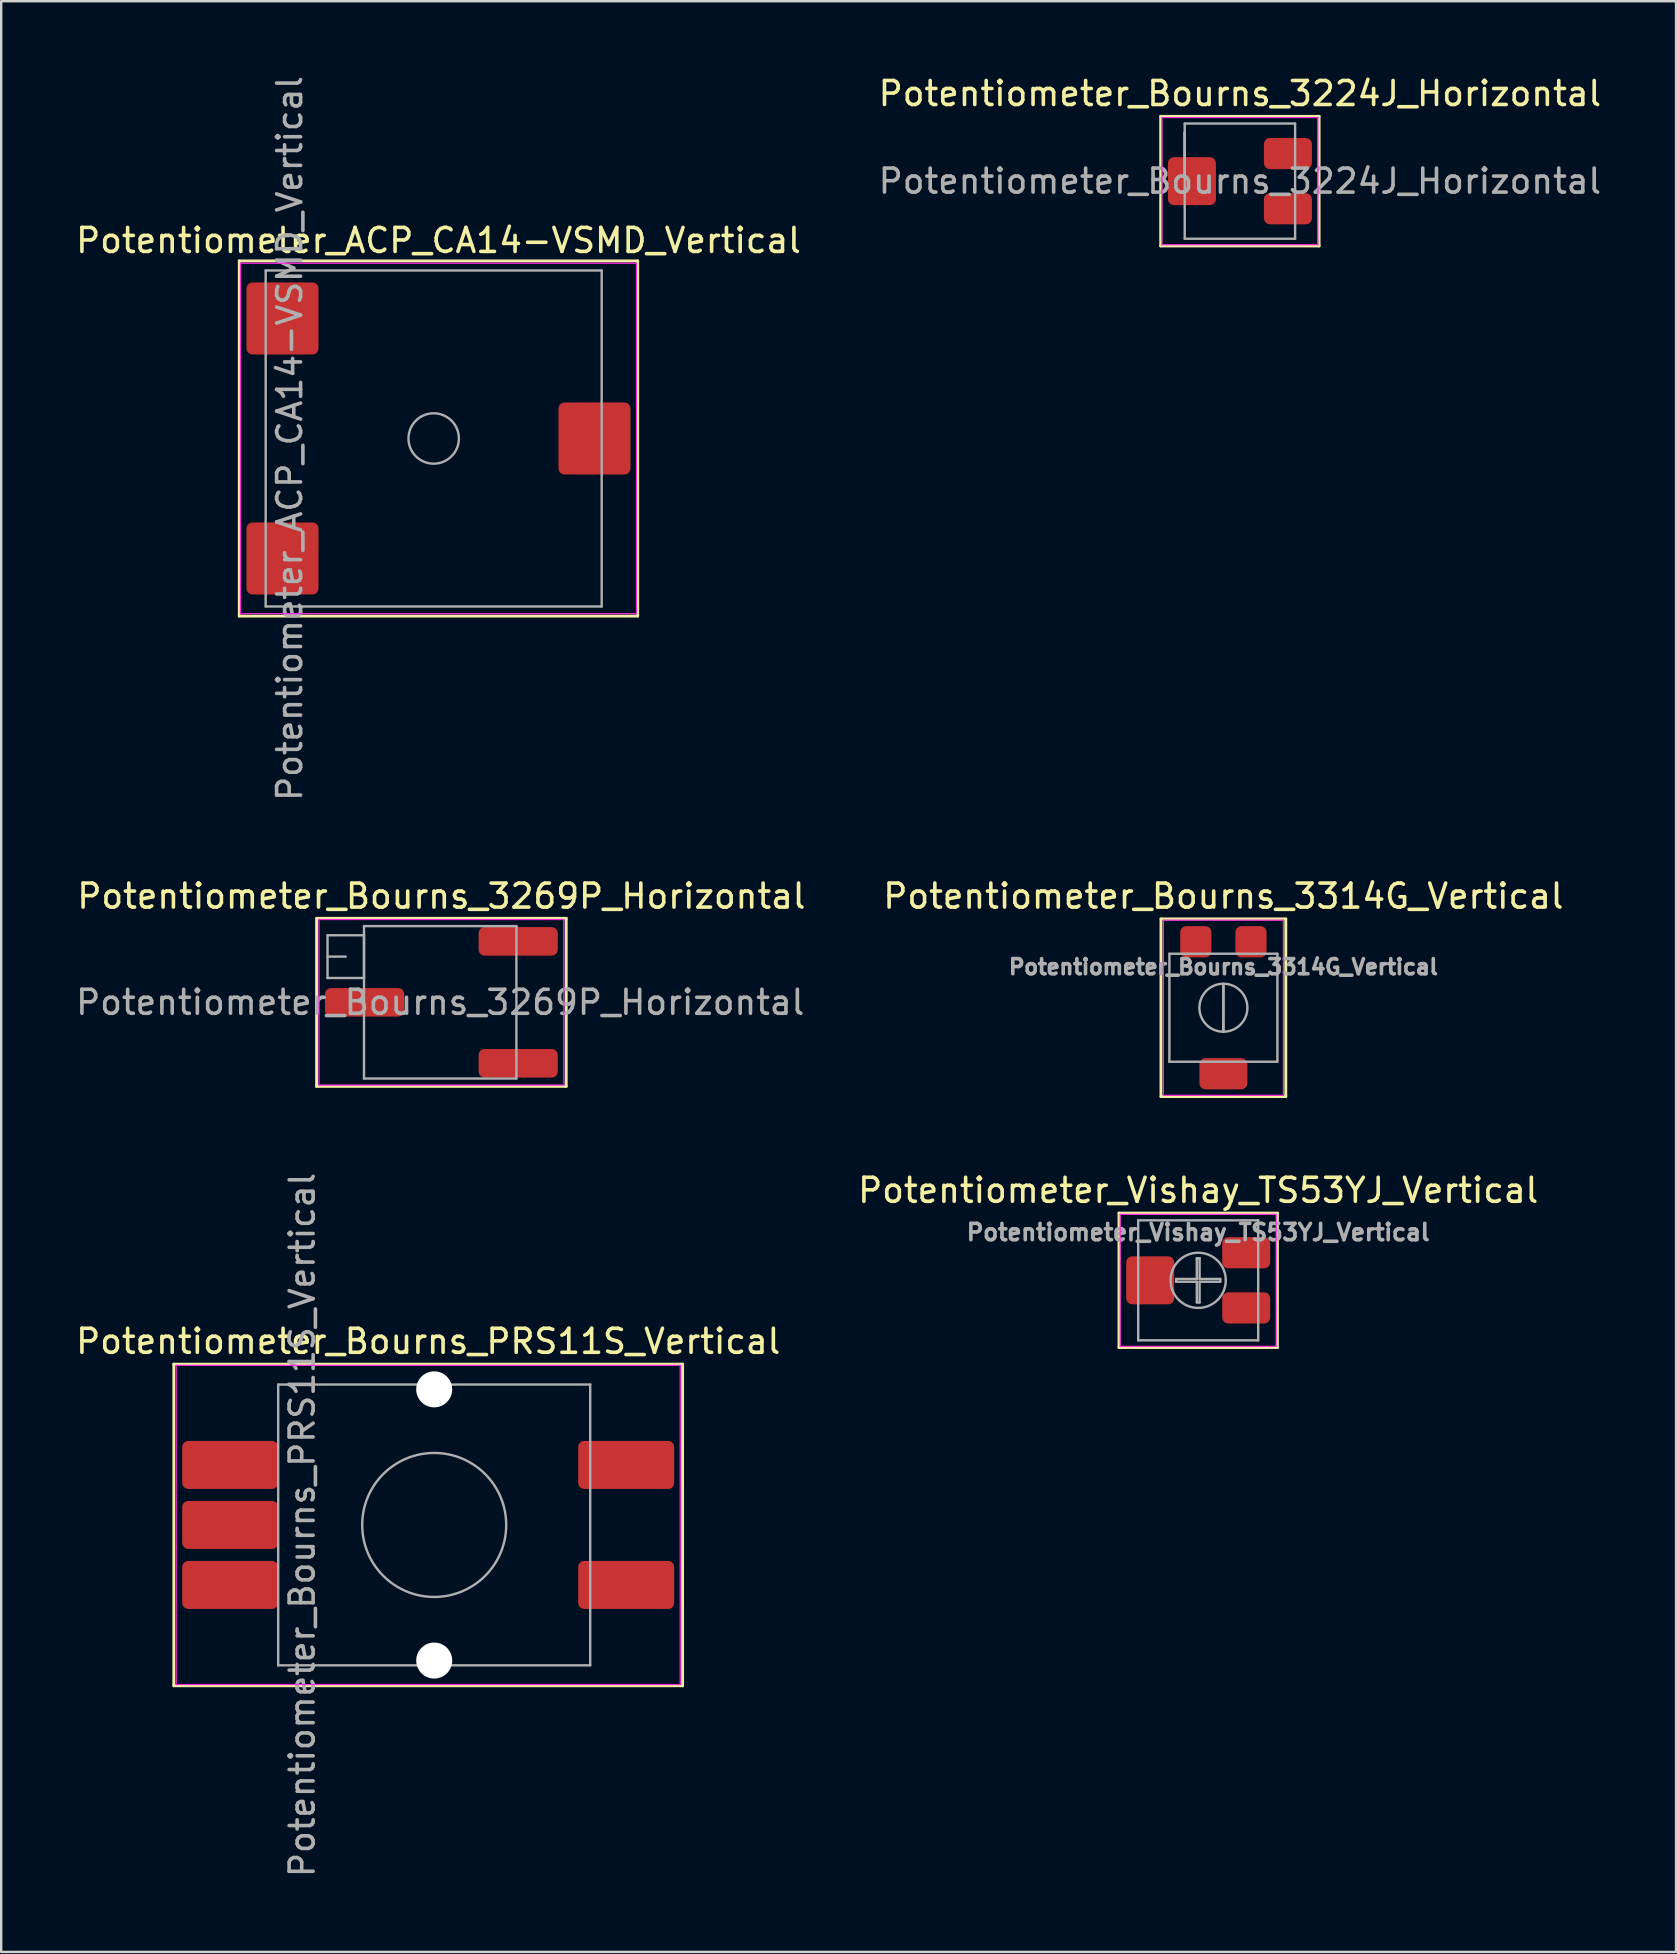
<source format=kicad_pcb>
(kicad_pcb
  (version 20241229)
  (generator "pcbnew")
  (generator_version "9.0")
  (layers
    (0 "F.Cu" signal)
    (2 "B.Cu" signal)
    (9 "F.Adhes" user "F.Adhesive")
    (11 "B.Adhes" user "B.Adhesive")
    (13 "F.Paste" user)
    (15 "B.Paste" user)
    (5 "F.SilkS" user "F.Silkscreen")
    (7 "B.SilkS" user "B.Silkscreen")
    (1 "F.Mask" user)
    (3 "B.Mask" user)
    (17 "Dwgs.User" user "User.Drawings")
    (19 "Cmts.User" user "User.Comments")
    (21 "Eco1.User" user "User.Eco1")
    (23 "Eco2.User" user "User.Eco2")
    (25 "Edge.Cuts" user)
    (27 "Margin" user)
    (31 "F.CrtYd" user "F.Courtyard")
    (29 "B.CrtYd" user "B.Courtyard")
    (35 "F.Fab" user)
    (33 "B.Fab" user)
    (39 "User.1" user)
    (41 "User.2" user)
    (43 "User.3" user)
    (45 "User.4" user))
  (footprint "Potentiometer_Bourns_3224J_Horizontal"
    (layer "F.Cu")
    (at 48.613 4.498)
    (property "Reference" "Potentiometer_Bourns_3224J_Horizontal" (at 0 -3.65 0) (layer "F.SilkS") (effects (font (size 1 1) (thickness 0.15))))
    (attr smd)
    (fp_line (start -3.3 -2.7) (end 3.3 -2.7) (stroke (width 0.12) (type solid)) (layer "F.SilkS"))
    (fp_line (start -3.3 2.7) (end -3.3 -2.7) (stroke (width 0.12) (type solid)) (layer "F.SilkS"))
    (fp_line (start 3.3 -2.7) (end 3.3 2.7) (stroke (width 0.12) (type solid)) (layer "F.SilkS"))
    (fp_line (start 3.3 2.7) (end -3.3 2.7) (stroke (width 0.12) (type solid)) (layer "F.SilkS"))
    (fp_line (start -3.25 -2.65) (end -3.25 2.65) (stroke (width 0.05) (type solid)) (layer "F.CrtYd"))
    (fp_line (start -3.25 2.65) (end 3.25 2.65) (stroke (width 0.05) (type solid)) (layer "F.CrtYd"))
    (fp_line (start 3.25 -2.65) (end -3.25 -2.65) (stroke (width 0.05) (type solid)) (layer "F.CrtYd"))
    (fp_line (start 3.25 2.65) (end 3.25 -2.65) (stroke (width 0.05) (type solid)) (layer "F.CrtYd"))
    (fp_line (start -2.3 -2.4) (end -2.3 2.4) (stroke (width 0.1) (type solid)) (layer "F.Fab"))
    (fp_line (start -2.3 -2.02) (end -2.3 -2.02) (stroke (width 0.1) (type solid)) (layer "F.Fab"))
    (fp_line (start -2.3 -2.02) (end -2.3 -0.24) (stroke (width 0.1) (type solid)) (layer "F.Fab"))
    (fp_line (start -2.3 -1.13) (end -2.3 -1.13) (stroke (width 0.1) (type solid)) (layer "F.Fab"))
    (fp_line (start -2.3 -0.24) (end -2.3 -2.02) (stroke (width 0.1) (type solid)) (layer "F.Fab"))
    (fp_line (start -2.3 -0.24) (end -2.3 -0.24) (stroke (width 0.1) (type solid)) (layer "F.Fab"))
    (fp_line (start -2.3 2.4) (end 2.3 2.4) (stroke (width 0.1) (type solid)) (layer "F.Fab"))
    (fp_line (start 2.3 -2.4) (end -2.3 -2.4) (stroke (width 0.1) (type solid)) (layer "F.Fab"))
    (fp_line (start 2.3 2.4) (end 2.3 -2.4) (stroke (width 0.1) (type solid)) (layer "F.Fab"))
    (fp_text user "${REFERENCE}" (at 0 0 0) (layer "F.Fab") (effects (font (size 1 1) (thickness 0.15))))
    (pad "1" smd roundrect (at 2 -1.15) (size 2 1.3) (layers "F.Cu" "F.Mask" "F.Paste") (roundrect_rratio 0.192))
    (pad "2" smd roundrect (at -2 0) (size 2 2) (layers "F.Cu" "F.Mask" "F.Paste") (roundrect_rratio 0.125))
    (pad "3" smd roundrect (at 2 1.15) (size 2 1.3) (layers "F.Cu" "F.Mask" "F.Paste") (roundrect_rratio 0.192)))
  (footprint "Potentiometer_Vishay_TS53YJ_Vertical"
    (layer "F.Cu")
    (at 46.875 50.297)
    (property "Reference" "Potentiometer_Vishay_TS53YJ_Vertical" (at 0 -3.75 0) (layer "F.SilkS") (effects (font (size 1 1) (thickness 0.15))))
    (attr smd)
    (fp_line (start -3.3 -2.8) (end 3.3 -2.8) (stroke (width 0.12) (type solid)) (layer "F.SilkS"))
    (fp_line (start -3.3 2.8) (end -3.3 -2.8) (stroke (width 0.12) (type solid)) (layer "F.SilkS"))
    (fp_line (start 3.3 -2.8) (end 3.3 2.8) (stroke (width 0.12) (type solid)) (layer "F.SilkS"))
    (fp_line (start 3.3 2.8) (end -3.3 2.8) (stroke (width 0.12) (type solid)) (layer "F.SilkS"))
    (fp_line (start -3.25 -2.75) (end -3.25 2.75) (stroke (width 0.05) (type solid)) (layer "F.CrtYd"))
    (fp_line (start -3.25 2.75) (end 3.25 2.75) (stroke (width 0.05) (type solid)) (layer "F.CrtYd"))
    (fp_line (start 3.25 -2.75) (end -3.25 -2.75) (stroke (width 0.05) (type solid)) (layer "F.CrtYd"))
    (fp_line (start 3.25 2.75) (end 3.25 -2.75) (stroke (width 0.05) (type solid)) (layer "F.CrtYd"))
    (fp_line (start -2.5 -2.5) (end -2.5 2.5) (stroke (width 0.1) (type solid)) (layer "F.Fab"))
    (fp_line (start -2.5 2.5) (end 2.5 2.5) (stroke (width 0.1) (type solid)) (layer "F.Fab"))
    (fp_line (start -0.92 -0.058) (end -0.058 -0.058) (stroke (width 0.1) (type solid)) (layer "F.Fab"))
    (fp_line (start -0.92 0.058) (end -0.92 -0.058) (stroke (width 0.1) (type solid)) (layer "F.Fab"))
    (fp_line (start -0.058 -0.92) (end 0.058 -0.92) (stroke (width 0.1) (type solid)) (layer "F.Fab"))
    (fp_line (start -0.058 -0.058) (end -0.058 -0.92) (stroke (width 0.1) (type solid)) (layer "F.Fab"))
    (fp_line (start -0.058 0.058) (end -0.92 0.058) (stroke (width 0.1) (type solid)) (layer "F.Fab"))
    (fp_line (start -0.058 0.92) (end -0.058 0.058) (stroke (width 0.1) (type solid)) (layer "F.Fab"))
    (fp_line (start 0.058 -0.92) (end 0.058 -0.058) (stroke (width 0.1) (type solid)) (layer "F.Fab"))
    (fp_line (start 0.058 -0.058) (end 0.92 -0.058) (stroke (width 0.1) (type solid)) (layer "F.Fab"))
    (fp_line (start 0.058 0.058) (end 0.058 0.92) (stroke (width 0.1) (type solid)) (layer "F.Fab"))
    (fp_line (start 0.058 0.92) (end -0.058 0.92) (stroke (width 0.1) (type solid)) (layer "F.Fab"))
    (fp_line (start 0.92 -0.058) (end 0.92 0.058) (stroke (width 0.1) (type solid)) (layer "F.Fab"))
    (fp_line (start 0.92 0.058) (end 0.058 0.058) (stroke (width 0.1) (type solid)) (layer "F.Fab"))
    (fp_line (start 2.5 -2.5) (end -2.5 -2.5) (stroke (width 0.1) (type solid)) (layer "F.Fab"))
    (fp_line (start 2.5 2.5) (end 2.5 -2.5) (stroke (width 0.1) (type solid)) (layer "F.Fab"))
    (fp_circle (center 0 0) (end 1.15 0) (stroke (width 0.1) (type solid)) (fill no) (layer "F.Fab"))
    (fp_text user "${REFERENCE}" (at 0 -2 0) (layer "F.Fab") (effects (font (size 0.68 0.68) (thickness 0.15))))
    (pad "1" smd roundrect (at 2 -1.15) (size 2 1.3) (layers "F.Cu" "F.Mask" "F.Paste") (roundrect_rratio 0.192))
    (pad "2" smd roundrect (at -2 0) (size 2 2) (layers "F.Cu" "F.Mask" "F.Paste") (roundrect_rratio 0.125))
    (pad "3" smd roundrect (at 2 1.15) (size 2 1.3) (layers "F.Cu" "F.Mask" "F.Paste") (roundrect_rratio 0.192)))
  (footprint "Potentiometer_ACP_CA14-VSMD_Vertical"
    (layer "F.Cu")
    (at 15.22 15.22)
    (property "Reference" "Potentiometer_ACP_CA14-VSMD_Vertical" (at 0 -8.25 0) (layer "F.SilkS") (effects (font (size 1 1) (thickness 0.15))))
    (attr smd)
    (fp_line (start -8.3 -7.4) (end 8.3 -7.4) (stroke (width 0.12) (type solid)) (layer "F.SilkS"))
    (fp_line (start -8.3 7.4) (end -8.3 -7.4) (stroke (width 0.12) (type solid)) (layer "F.SilkS"))
    (fp_line (start 8.3 -7.4) (end 8.3 7.4) (stroke (width 0.12) (type solid)) (layer "F.SilkS"))
    (fp_line (start 8.3 7.4) (end -8.3 7.4) (stroke (width 0.12) (type solid)) (layer "F.SilkS"))
    (fp_line (start -8.25 -7.3) (end -8.25 7.3) (stroke (width 0.05) (type solid)) (layer "F.CrtYd"))
    (fp_line (start -8.25 7.3) (end 8.25 7.3) (stroke (width 0.05) (type solid)) (layer "F.CrtYd"))
    (fp_line (start 8.25 -7.3) (end -8.25 -7.3) (stroke (width 0.05) (type solid)) (layer "F.CrtYd"))
    (fp_line (start 8.25 7.3) (end 8.25 -7.3) (stroke (width 0.05) (type solid)) (layer "F.CrtYd"))
    (fp_line (start -7.2 -7) (end -7.2 7) (stroke (width 0.1) (type solid)) (layer "F.Fab"))
    (fp_line (start -7.2 7) (end 6.8 7) (stroke (width 0.1) (type solid)) (layer "F.Fab"))
    (fp_line (start 6.8 -7) (end -7.2 -7) (stroke (width 0.1) (type solid)) (layer "F.Fab"))
    (fp_line (start 6.8 7) (end 6.8 -7) (stroke (width 0.1) (type solid)) (layer "F.Fab"))
    (fp_circle (center -0.2 0) (end 0.85 0) (stroke (width 0.1) (type solid)) (fill no) (layer "F.Fab"))
    (fp_text user "${REFERENCE}" (at -6.2 0 90) (layer "F.Fab") (effects (font (size 1 1) (thickness 0.15))))
    (pad "1" smd roundrect (at -6.5 5) (size 3 3) (layers "F.Cu" "F.Mask" "F.Paste") (roundrect_rratio 0.083))
    (pad "2" smd roundrect (at 6.5 0) (size 3 3) (layers "F.Cu" "F.Mask" "F.Paste") (roundrect_rratio 0.083))
    (pad "3" smd roundrect (at -6.5 -5) (size 3 3) (layers "F.Cu" "F.Mask" "F.Paste") (roundrect_rratio 0.083)))
  (footprint "Potentiometer_Bourns_3314G_Vertical"
    (layer "F.Cu")
    (at 47.925 38.939)
    (property "Reference" "Potentiometer_Bourns_3314G_Vertical" (at 0 -4.65 0) (layer "F.SilkS") (effects (font (size 1 1) (thickness 0.15))))
    (attr smd)
    (fp_line (start -2.6 -3.7) (end -2.6 3.7) (stroke (width 0.12) (type solid)) (layer "F.SilkS"))
    (fp_line (start -2.6 3.7) (end 2.6 3.7) (stroke (width 0.12) (type solid)) (layer "F.SilkS"))
    (fp_line (start 2.6 -3.7) (end -2.6 -3.7) (stroke (width 0.12) (type solid)) (layer "F.SilkS"))
    (fp_line (start 2.6 3.7) (end 2.6 -3.7) (stroke (width 0.12) (type solid)) (layer "F.SilkS"))
    (fp_line (start -2.5 -3.65) (end -2.5 3.65) (stroke (width 0.05) (type solid)) (layer "F.CrtYd"))
    (fp_line (start -2.5 3.65) (end 2.5 3.65) (stroke (width 0.05) (type solid)) (layer "F.CrtYd"))
    (fp_line (start 2.5 -3.65) (end -2.5 -3.65) (stroke (width 0.05) (type solid)) (layer "F.CrtYd"))
    (fp_line (start 2.5 3.65) (end 2.5 -3.65) (stroke (width 0.05) (type solid)) (layer "F.CrtYd"))
    (fp_line (start -2.25 -2.25) (end -2.25 2.25) (stroke (width 0.1) (type solid)) (layer "F.Fab"))
    (fp_line (start -2.25 2.25) (end 2.25 2.25) (stroke (width 0.1) (type solid)) (layer "F.Fab"))
    (fp_line (start 0 0.99) (end 0.001 -0.989) (stroke (width 0.1) (type solid)) (layer "F.Fab"))
    (fp_line (start 0 0.99) (end 0.001 -0.989) (stroke (width 0.1) (type solid)) (layer "F.Fab"))
    (fp_line (start 2.25 -2.25) (end -2.25 -2.25) (stroke (width 0.1) (type solid)) (layer "F.Fab"))
    (fp_line (start 2.25 2.25) (end 2.25 -2.25) (stroke (width 0.1) (type solid)) (layer "F.Fab"))
    (fp_circle (center 0 0) (end 1 0) (stroke (width 0.1) (type solid)) (fill no) (layer "F.Fab"))
    (fp_text user "${REFERENCE}" (at 0 -1.7 0) (layer "F.Fab") (effects (font (size 0.63 0.63) (thickness 0.15))))
    (pad "1" smd roundrect (at 1.15 -2.75) (size 1.3 1.3) (layers "F.Cu" "F.Mask" "F.Paste") (roundrect_rratio 0.192))
    (pad "2" smd roundrect (at 0 2.75) (size 2 1.3) (layers "F.Cu" "F.Mask" "F.Paste") (roundrect_rratio 0.192))
    (pad "3" smd roundrect (at -1.15 -2.75) (size 1.3 1.3) (layers "F.Cu" "F.Mask" "F.Paste") (roundrect_rratio 0.192)))
  (footprint "Potentiometer_Bourns_PRS11S_Vertical"
    (layer "F.Cu")
    (at 14.792 60.49)
    (property "Reference" "Potentiometer_Bourns_PRS11S_Vertical" (at 0 -7.65 0) (layer "F.SilkS") (effects (font (size 1 1) (thickness 0.15))))
    (attr smd)
    (fp_line (start -10.6 -6.7) (end -10.6 6.7) (stroke (width 0.12) (type solid)) (layer "F.SilkS"))
    (fp_line (start -10.6 6.7) (end 10.6 6.7) (stroke (width 0.12) (type solid)) (layer "F.SilkS"))
    (fp_line (start 10.6 -6.7) (end -10.6 -6.7) (stroke (width 0.12) (type solid)) (layer "F.SilkS"))
    (fp_line (start 10.6 6.7) (end 10.6 -6.7) (stroke (width 0.12) (type solid)) (layer "F.SilkS"))
    (fp_line (start -10.5 -6.65) (end -10.5 6.65) (stroke (width 0.05) (type solid)) (layer "F.CrtYd"))
    (fp_line (start -10.5 6.65) (end 10.5 6.65) (stroke (width 0.05) (type solid)) (layer "F.CrtYd"))
    (fp_line (start 10.5 -6.65) (end -10.5 -6.65) (stroke (width 0.05) (type solid)) (layer "F.CrtYd"))
    (fp_line (start 10.5 6.65) (end 10.5 -6.65) (stroke (width 0.05) (type solid)) (layer "F.CrtYd"))
    (fp_line (start -6.25 -5.85) (end -6.25 5.85) (stroke (width 0.1) (type solid)) (layer "F.Fab"))
    (fp_line (start -6.25 5.85) (end 6.75 5.85) (stroke (width 0.1) (type solid)) (layer "F.Fab"))
    (fp_line (start 6.75 -5.85) (end -6.25 -5.85) (stroke (width 0.1) (type solid)) (layer "F.Fab"))
    (fp_line (start 6.75 5.85) (end 6.75 -5.85) (stroke (width 0.1) (type solid)) (layer "F.Fab"))
    (fp_circle (center 0.25 0) (end 3.25 0) (stroke (width 0.1) (type solid)) (fill no) (layer "F.Fab"))
    (fp_text user "${REFERENCE}" (at -5.25 0 90) (layer "F.Fab") (effects (font (size 1 1) (thickness 0.15))))
    (pad "" np_thru_hole circle (at 0.25 -5.65) (size 1.5 1.5) (drill 1.5) (layers "*.Cu" "*.Mask"))
    (pad "" np_thru_hole circle (at 0.25 5.65) (size 1.5 1.5) (drill 1.5) (layers "*.Cu" "*.Mask"))
    (pad "1" smd roundrect (at -8.25 -2.5) (size 4 2) (layers "F.Cu" "F.Mask" "F.Paste") (roundrect_rratio 0.125))
    (pad "2" smd roundrect (at -8.25 0) (size 4 2) (layers "F.Cu" "F.Mask" "F.Paste") (roundrect_rratio 0.125))
    (pad "3" smd roundrect (at -8.25 2.5) (size 4 2) (layers "F.Cu" "F.Mask" "F.Paste") (roundrect_rratio 0.125))
    (pad "4" smd roundrect (at 8.25 -2.5) (size 4 2) (layers "F.Cu" "F.Mask" "F.Paste") (roundrect_rratio 0.125))
    (pad "5" smd roundrect (at 8.25 2.5) (size 4 2) (layers "F.Cu" "F.Mask" "F.Paste") (roundrect_rratio 0.125)))
  (footprint "Potentiometer_Bourns_3269P_Horizontal"
    (layer "F.Cu")
    (at 15.342 38.714)
    (property "Reference" "Potentiometer_Bourns_3269P_Horizontal" (at 0 -4.425 0) (layer "F.SilkS") (effects (font (size 1 1) (thickness 0.15))))
    (attr smd)
    (fp_line (start -5.2 -3.5) (end 5.2 -3.5) (stroke (width 0.12) (type solid)) (layer "F.SilkS"))
    (fp_line (start -5.2 3.5) (end -5.2 -3.5) (stroke (width 0.12) (type solid)) (layer "F.SilkS"))
    (fp_line (start 5.2 -3.5) (end 5.2 3.5) (stroke (width 0.12) (type solid)) (layer "F.SilkS"))
    (fp_line (start 5.2 3.5) (end -5.2 3.5) (stroke (width 0.12) (type solid)) (layer "F.SilkS"))
    (fp_line (start -5.1 -3.45) (end -5.1 3.45) (stroke (width 0.05) (type solid)) (layer "F.CrtYd"))
    (fp_line (start -5.1 3.45) (end 5.1 3.45) (stroke (width 0.05) (type solid)) (layer "F.CrtYd"))
    (fp_line (start 5.1 -3.45) (end -5.1 -3.45) (stroke (width 0.05) (type solid)) (layer "F.CrtYd"))
    (fp_line (start 5.1 3.45) (end 5.1 -3.45) (stroke (width 0.05) (type solid)) (layer "F.CrtYd"))
    (fp_line (start -4.745 -2.795) (end -4.745 -1.015) (stroke (width 0.1) (type solid)) (layer "F.Fab"))
    (fp_line (start -4.745 -1.905) (end -3.985 -1.905) (stroke (width 0.1) (type solid)) (layer "F.Fab"))
    (fp_line (start -4.745 -1.015) (end -3.225 -1.015) (stroke (width 0.1) (type solid)) (layer "F.Fab"))
    (fp_line (start -3.225 -3.175) (end -3.225 3.175) (stroke (width 0.1) (type solid)) (layer "F.Fab"))
    (fp_line (start -3.225 -2.795) (end -4.745 -2.795) (stroke (width 0.1) (type solid)) (layer "F.Fab"))
    (fp_line (start -3.225 -1.015) (end -3.225 -2.795) (stroke (width 0.1) (type solid)) (layer "F.Fab"))
    (fp_line (start -3.225 3.175) (end 3.125 3.175) (stroke (width 0.1) (type solid)) (layer "F.Fab"))
    (fp_line (start 3.125 -3.175) (end -3.225 -3.175) (stroke (width 0.1) (type solid)) (layer "F.Fab"))
    (fp_line (start 3.125 3.175) (end 3.125 -3.175) (stroke (width 0.1) (type solid)) (layer "F.Fab"))
    (fp_text user "${REFERENCE}" (at -0.05 0 0) (layer "F.Fab") (effects (font (size 1 1) (thickness 0.15))))
    (pad "1" smd roundrect (at 3.2 -2.54) (size 3.3 1.19) (layers "F.Cu" "F.Mask" "F.Paste") (roundrect_rratio 0.21))
    (pad "2" smd roundrect (at -3.2 0) (size 3.3 1.19) (layers "F.Cu" "F.Mask" "F.Paste") (roundrect_rratio 0.21))
    (pad "3" smd roundrect (at 3.2 2.54) (size 3.3 1.19) (layers "F.Cu" "F.Mask" "F.Paste") (roundrect_rratio 0.21)))
  (gr_rect
    (start -3 -3)
    (end 66.786 78.282)
    (stroke (width 0.1) (type default))
    (fill no)
    (layer "Edge.Cuts")))
</source>
